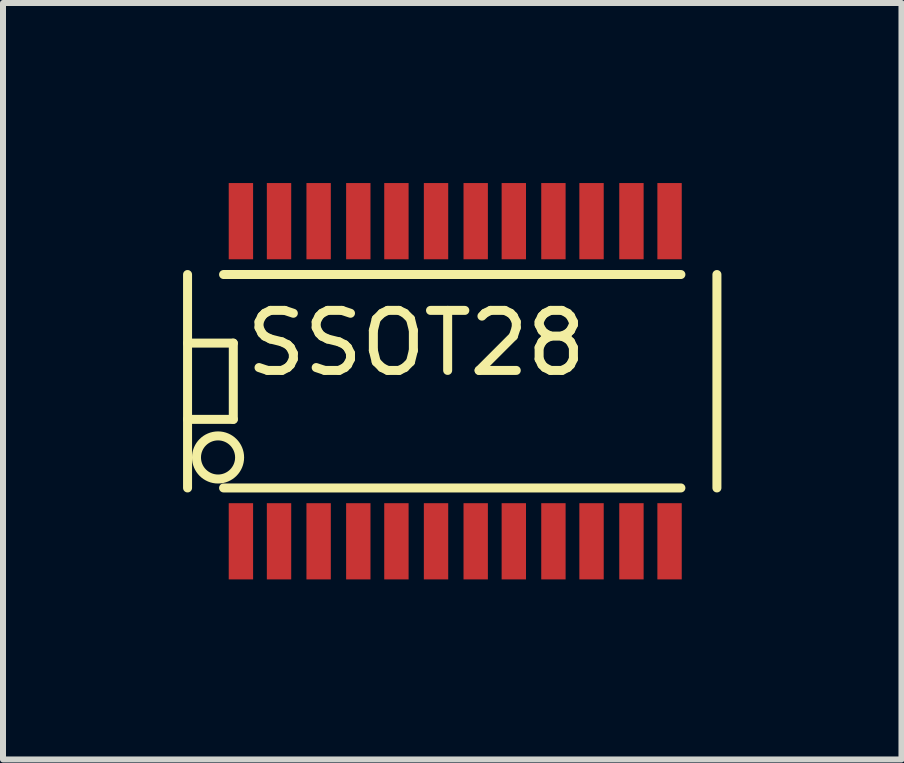
<source format=kicad_pcb>
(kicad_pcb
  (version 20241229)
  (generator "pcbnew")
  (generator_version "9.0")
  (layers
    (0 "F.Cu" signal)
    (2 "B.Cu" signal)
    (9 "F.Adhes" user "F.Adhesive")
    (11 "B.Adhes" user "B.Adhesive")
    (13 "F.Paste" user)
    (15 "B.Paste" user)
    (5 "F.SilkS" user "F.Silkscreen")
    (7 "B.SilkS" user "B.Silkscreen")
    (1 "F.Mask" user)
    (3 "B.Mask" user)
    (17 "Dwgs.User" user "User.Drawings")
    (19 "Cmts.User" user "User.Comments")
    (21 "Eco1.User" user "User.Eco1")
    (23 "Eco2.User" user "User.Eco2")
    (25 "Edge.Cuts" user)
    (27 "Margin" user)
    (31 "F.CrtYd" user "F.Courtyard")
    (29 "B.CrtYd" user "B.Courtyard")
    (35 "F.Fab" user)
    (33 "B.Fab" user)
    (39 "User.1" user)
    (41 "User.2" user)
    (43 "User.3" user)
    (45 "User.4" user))
  (footprint "SSOT28"
    (layer "F.Cu")
    (at 3.885 3.302)
    (property "Reference" "SSOT28" (at 0 -0.635 0) (layer "F.SilkS") (effects (font (size 1 1) (thickness 0.15))))
    (attr smd)
    (fp_line (start -3.81 -0.635) (end -3.048 -0.635) (stroke (width 0.15) (type solid)) (layer "F.SilkS"))
    (fp_line (start -3.81 1.778) (end -3.81 -1.778) (stroke (width 0.15) (type solid)) (layer "F.SilkS"))
    (fp_line (start -3.21 1.778) (end 4.41 1.778) (stroke (width 0.15) (type solid)) (layer "F.SilkS"))
    (fp_line (start -3.048 -0.635) (end -3.048 0.635) (stroke (width 0.15) (type solid)) (layer "F.SilkS"))
    (fp_line (start -3.048 0.635) (end -3.81 0.635) (stroke (width 0.15) (type solid)) (layer "F.SilkS"))
    (fp_line (start 4.41 -1.778) (end -3.21 -1.778) (stroke (width 0.15) (type solid)) (layer "F.SilkS"))
    (fp_line (start 5.01 -1.778) (end 5.01 1.778) (stroke (width 0.15) (type solid)) (layer "F.SilkS"))
    (fp_circle (center -3.302 1.27) (end -3.556 1.016) (stroke (width 0.15) (type solid)) (fill no) (layer "F.SilkS"))
    (pad "1" smd rect (at -2.921 2.667) (size 0.406 1.27) (layers "F.Cu" "F.Mask" "F.Paste"))
    (pad "2" smd rect (at -2.286 2.667) (size 0.406 1.27) (layers "F.Cu" "F.Mask" "F.Paste"))
    (pad "3" smd rect (at -1.626 2.667) (size 0.406 1.27) (layers "F.Cu" "F.Mask" "F.Paste"))
    (pad "4" smd rect (at -0.965 2.667) (size 0.406 1.27) (layers "F.Cu" "F.Mask" "F.Paste"))
    (pad "5" smd rect (at -0.33 2.667) (size 0.406 1.27) (layers "F.Cu" "F.Mask" "F.Paste"))
    (pad "6" smd rect (at 0.33 2.667) (size 0.406 1.27) (layers "F.Cu" "F.Mask" "F.Paste"))
    (pad "7" smd rect (at 0.991 2.667) (size 0.406 1.27) (layers "F.Cu" "F.Mask" "F.Paste"))
    (pad "8" smd rect (at 1.626 2.667) (size 0.406 1.27) (layers "F.Cu" "F.Mask" "F.Paste"))
    (pad "9" smd rect (at 2.286 2.667) (size 0.406 1.27) (layers "F.Cu" "F.Mask" "F.Paste"))
    (pad "9" smd rect (at 3.586 2.667) (size 0.406 1.27) (layers "F.Cu" "F.Mask" "F.Paste"))
    (pad "10" smd rect (at 2.921 2.667) (size 0.406 1.27) (layers "F.Cu" "F.Mask" "F.Paste"))
    (pad "10" smd rect (at 4.221 2.667) (size 0.406 1.27) (layers "F.Cu" "F.Mask" "F.Paste"))
    (pad "11" smd rect (at 2.921 -2.667) (size 0.406 1.27) (layers "F.Cu" "F.Mask" "F.Paste"))
    (pad "11" smd rect (at 4.221 -2.667) (size 0.406 1.27) (layers "F.Cu" "F.Mask" "F.Paste"))
    (pad "12" smd rect (at 2.286 -2.667) (size 0.406 1.27) (layers "F.Cu" "F.Mask" "F.Paste"))
    (pad "12" smd rect (at 3.586 -2.667) (size 0.406 1.27) (layers "F.Cu" "F.Mask" "F.Paste"))
    (pad "13" smd rect (at 1.626 -2.667) (size 0.406 1.27) (layers "F.Cu" "F.Mask" "F.Paste"))
    (pad "14" smd rect (at 0.991 -2.667) (size 0.406 1.27) (layers "F.Cu" "F.Mask" "F.Paste"))
    (pad "15" smd rect (at 0.33 -2.667) (size 0.406 1.27) (layers "F.Cu" "F.Mask" "F.Paste"))
    (pad "16" smd rect (at -0.33 -2.667) (size 0.406 1.27) (layers "F.Cu" "F.Mask" "F.Paste"))
    (pad "17" smd rect (at -0.965 -2.667) (size 0.406 1.27) (layers "F.Cu" "F.Mask" "F.Paste"))
    (pad "18" smd rect (at -1.626 -2.667) (size 0.406 1.27) (layers "F.Cu" "F.Mask" "F.Paste"))
    (pad "19" smd rect (at -2.286 -2.667) (size 0.406 1.27) (layers "F.Cu" "F.Mask" "F.Paste"))
    (pad "20" smd rect (at -2.921 -2.667) (size 0.406 1.27) (layers "F.Cu" "F.Mask" "F.Paste")))
  (gr_rect
    (start -3 -3)
    (end 11.97 9.604)
    (stroke (width 0.1) (type default))
    (fill no)
    (layer "Edge.Cuts")))
</source>
